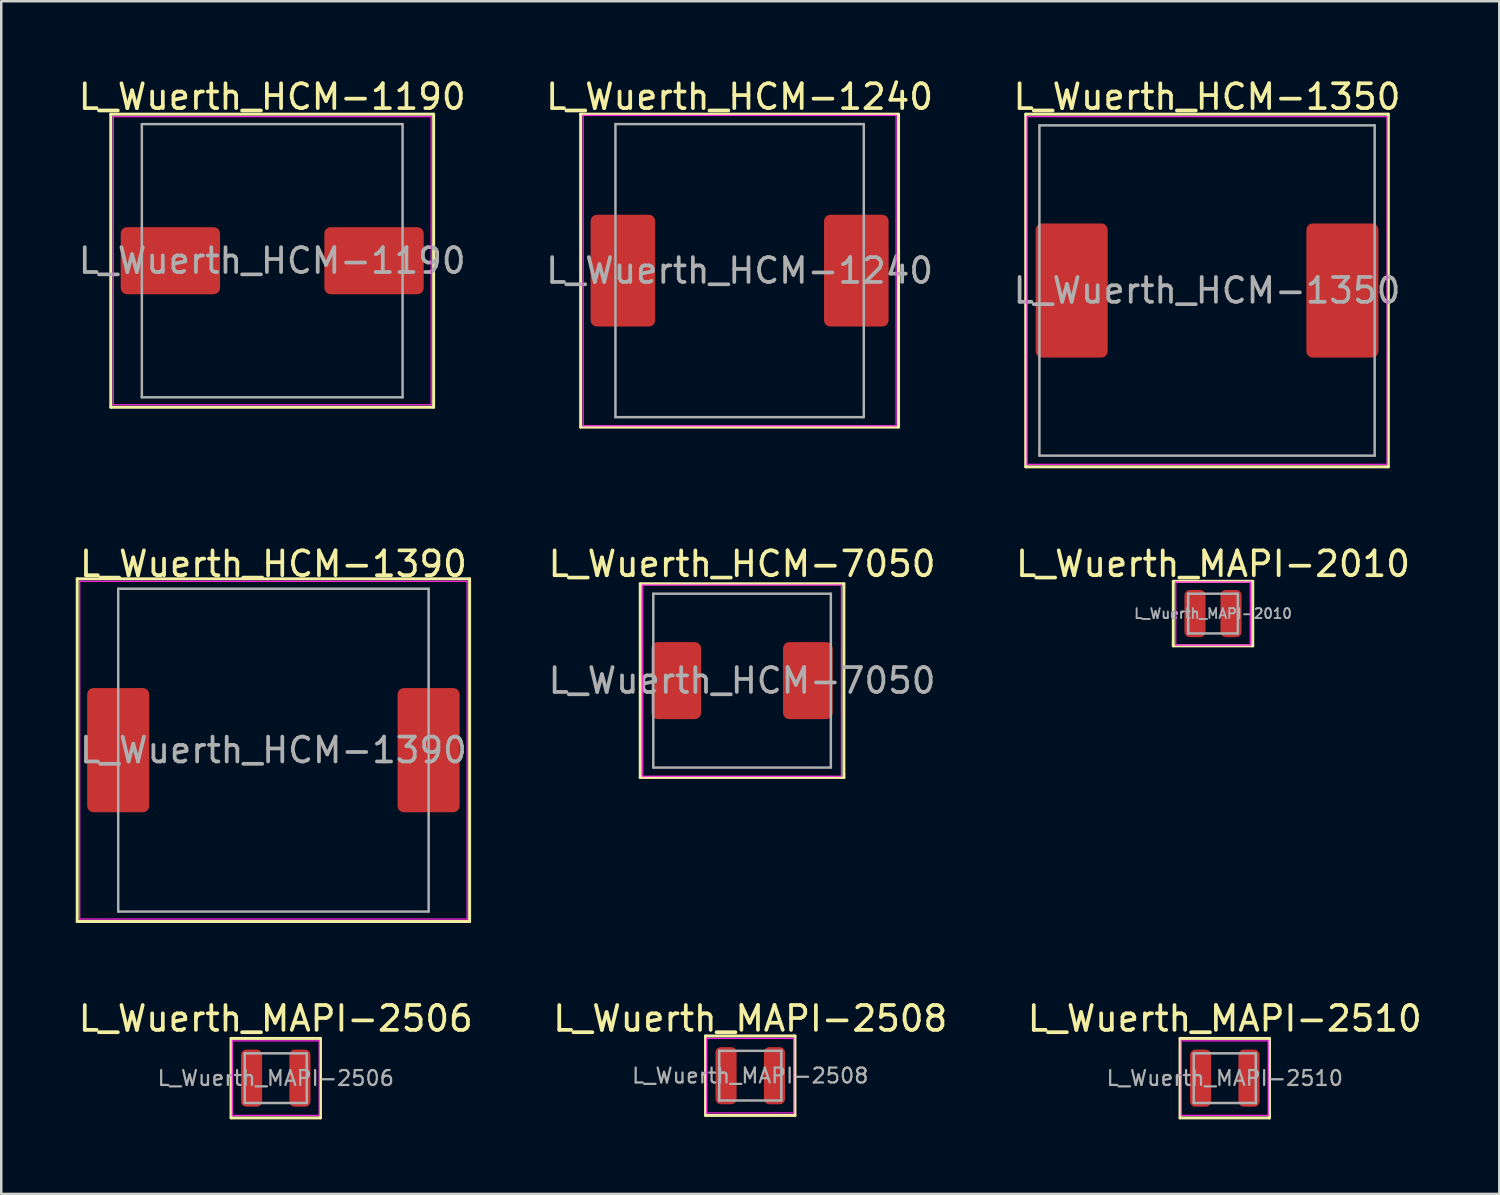
<source format=kicad_pcb>
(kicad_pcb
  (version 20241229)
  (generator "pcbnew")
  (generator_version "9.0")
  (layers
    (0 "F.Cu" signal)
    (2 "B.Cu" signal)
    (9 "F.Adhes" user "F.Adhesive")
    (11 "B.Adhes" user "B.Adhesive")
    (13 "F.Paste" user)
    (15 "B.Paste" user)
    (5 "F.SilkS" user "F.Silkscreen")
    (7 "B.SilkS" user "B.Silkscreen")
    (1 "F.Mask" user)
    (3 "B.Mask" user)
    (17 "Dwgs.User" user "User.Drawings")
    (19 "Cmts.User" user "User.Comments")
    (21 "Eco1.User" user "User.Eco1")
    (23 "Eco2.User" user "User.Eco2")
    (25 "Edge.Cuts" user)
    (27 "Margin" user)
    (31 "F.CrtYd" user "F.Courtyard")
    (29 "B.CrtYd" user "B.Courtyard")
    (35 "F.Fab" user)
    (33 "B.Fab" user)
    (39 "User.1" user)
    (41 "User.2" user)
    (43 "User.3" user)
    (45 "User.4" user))
  (footprint "L_Wuerth_MAPI-2010"
    (layer "F.Cu")
    (at 45.795 21.657)
    (property "Reference" "L_Wuerth_MAPI-2010" (at 0 -2 0) (layer "F.SilkS") (effects (font (size 1 1) (thickness 0.15))))
    (attr smd)
    (fp_line (start -1.6 -1.3) (end -1.6 1.3) (stroke (width 0.12) (type solid)) (layer "F.SilkS"))
    (fp_line (start -1.6 1.3) (end 1.6 1.3) (stroke (width 0.12) (type solid)) (layer "F.SilkS"))
    (fp_line (start 1.6 -1.3) (end -1.6 -1.3) (stroke (width 0.12) (type solid)) (layer "F.SilkS"))
    (fp_line (start 1.6 1.3) (end 1.6 -1.3) (stroke (width 0.12) (type solid)) (layer "F.SilkS"))
    (fp_line (start -1.5 -1.27) (end -1.5 1.27) (stroke (width 0.05) (type solid)) (layer "F.CrtYd"))
    (fp_line (start -1.5 1.27) (end 1.5 1.27) (stroke (width 0.05) (type solid)) (layer "F.CrtYd"))
    (fp_line (start 1.5 -1.27) (end -1.5 -1.27) (stroke (width 0.05) (type solid)) (layer "F.CrtYd"))
    (fp_line (start 1.5 1.27) (end 1.5 -1.27) (stroke (width 0.05) (type solid)) (layer "F.CrtYd"))
    (fp_line (start -1 -0.8) (end -1 0.8) (stroke (width 0.1) (type solid)) (layer "F.Fab"))
    (fp_line (start -1 0.8) (end 1 0.8) (stroke (width 0.1) (type solid)) (layer "F.Fab"))
    (fp_line (start 1 -0.8) (end -1 -0.8) (stroke (width 0.1) (type solid)) (layer "F.Fab"))
    (fp_line (start 1 0.8) (end 1 -0.8) (stroke (width 0.1) (type solid)) (layer "F.Fab"))
    (fp_text user "${REFERENCE}" (at 0 0 0) (layer "F.Fab") (effects (font (size 0.4 0.4) (thickness 0.075))))
    (pad "1" smd roundrect (at -0.725 0) (size 0.85 1.9) (layers "F.Cu" "F.Mask" "F.Paste") (roundrect_rratio 0.25))
    (pad "2" smd roundrect (at 0.725 0) (size 0.85 1.9) (layers "F.Cu" "F.Mask" "F.Paste") (roundrect_rratio 0.25)))
  (footprint "L_Wuerth_HCM-1190"
    (layer "F.Cu")
    (at 7.911 7.448)
    (property "Reference" "L_Wuerth_HCM-1190" (at 0 -6.6 0) (layer "F.SilkS") (effects (font (size 1 1) (thickness 0.15))))
    (attr smd)
    (fp_line (start -6.5 -5.9) (end -6.5 5.9) (stroke (width 0.12) (type solid)) (layer "F.SilkS"))
    (fp_line (start -6.5 5.9) (end 6.5 5.9) (stroke (width 0.12) (type solid)) (layer "F.SilkS"))
    (fp_line (start 6.5 -5.9) (end -6.5 -5.9) (stroke (width 0.12) (type solid)) (layer "F.SilkS"))
    (fp_line (start 6.5 5.9) (end 6.5 -5.9) (stroke (width 0.12) (type solid)) (layer "F.SilkS"))
    (fp_line (start -6.4 -5.8) (end -6.4 5.8) (stroke (width 0.05) (type solid)) (layer "F.CrtYd"))
    (fp_line (start -6.4 5.8) (end 6.4 5.8) (stroke (width 0.05) (type solid)) (layer "F.CrtYd"))
    (fp_line (start 6.4 -5.8) (end -6.4 -5.8) (stroke (width 0.05) (type solid)) (layer "F.CrtYd"))
    (fp_line (start 6.4 5.8) (end 6.4 -5.8) (stroke (width 0.05) (type solid)) (layer "F.CrtYd"))
    (fp_line (start -5.25 -5.5) (end -5.25 5.5) (stroke (width 0.1) (type solid)) (layer "F.Fab"))
    (fp_line (start -5.25 5.5) (end 5.25 5.5) (stroke (width 0.1) (type solid)) (layer "F.Fab"))
    (fp_line (start 5.25 -5.5) (end -5.25 -5.5) (stroke (width 0.1) (type solid)) (layer "F.Fab"))
    (fp_line (start 5.25 5.5) (end 5.25 -5.5) (stroke (width 0.1) (type solid)) (layer "F.Fab"))
    (fp_text user "${REFERENCE}" (at 0 0 0) (layer "F.Fab") (effects (font (size 1 1) (thickness 0.15))))
    (pad "1" smd roundrect (at -4.1 0) (size 4 2.7) (layers "F.Cu" "F.Mask" "F.Paste") (roundrect_rratio 0.093))
    (pad "2" smd roundrect (at 4.1 0) (size 4 2.7) (layers "F.Cu" "F.Mask" "F.Paste") (roundrect_rratio 0.093)))
  (footprint "L_Wuerth_HCM-1350"
    (layer "F.Cu")
    (at 45.554 8.648)
    (property "Reference" "L_Wuerth_HCM-1350" (at 0 -7.8 0) (layer "F.SilkS") (effects (font (size 1 1) (thickness 0.15))))
    (attr smd)
    (fp_line (start -7.3 -7.1) (end -7.3 7.1) (stroke (width 0.12) (type solid)) (layer "F.SilkS"))
    (fp_line (start -7.3 7.1) (end 7.3 7.1) (stroke (width 0.12) (type solid)) (layer "F.SilkS"))
    (fp_line (start 7.3 -7.1) (end -7.3 -7.1) (stroke (width 0.12) (type solid)) (layer "F.SilkS"))
    (fp_line (start 7.3 7.1) (end 7.3 -7.1) (stroke (width 0.12) (type solid)) (layer "F.SilkS"))
    (fp_line (start -7.25 -7) (end -7.25 7) (stroke (width 0.05) (type solid)) (layer "F.CrtYd"))
    (fp_line (start -7.25 7) (end 7.25 7) (stroke (width 0.05) (type solid)) (layer "F.CrtYd"))
    (fp_line (start 7.25 -7) (end -7.25 -7) (stroke (width 0.05) (type solid)) (layer "F.CrtYd"))
    (fp_line (start 7.25 7) (end 7.25 -7) (stroke (width 0.05) (type solid)) (layer "F.CrtYd"))
    (fp_line (start -6.75 -6.65) (end -6.75 6.65) (stroke (width 0.1) (type solid)) (layer "F.Fab"))
    (fp_line (start -6.75 6.65) (end 6.75 6.65) (stroke (width 0.1) (type solid)) (layer "F.Fab"))
    (fp_line (start 6.75 -6.65) (end -6.75 -6.65) (stroke (width 0.1) (type solid)) (layer "F.Fab"))
    (fp_line (start 6.75 6.65) (end 6.75 -6.65) (stroke (width 0.1) (type solid)) (layer "F.Fab"))
    (fp_text user "${REFERENCE}" (at 0 0 0) (layer "F.Fab") (effects (font (size 1 1) (thickness 0.15))))
    (pad "1" smd roundrect (at -5.45 0) (size 2.9 5.4) (layers "F.Cu" "F.Mask" "F.Paste") (roundrect_rratio 0.086))
    (pad "2" smd roundrect (at 5.45 0) (size 2.9 5.4) (layers "F.Cu" "F.Mask" "F.Paste") (roundrect_rratio 0.086)))
  (footprint "L_Wuerth_HCM-1390"
    (layer "F.Cu")
    (at 7.96 27.157)
    (property "Reference" "L_Wuerth_HCM-1390" (at 0 -7.5 0) (layer "F.SilkS") (effects (font (size 1 1) (thickness 0.15))))
    (attr smd)
    (fp_line (start -7.9 -6.9) (end -7.9 6.9) (stroke (width 0.12) (type solid)) (layer "F.SilkS"))
    (fp_line (start -7.9 6.9) (end 7.9 6.9) (stroke (width 0.12) (type solid)) (layer "F.SilkS"))
    (fp_line (start 7.9 -6.9) (end -7.9 -6.9) (stroke (width 0.12) (type solid)) (layer "F.SilkS"))
    (fp_line (start 7.9 6.9) (end 7.9 -6.9) (stroke (width 0.12) (type solid)) (layer "F.SilkS"))
    (fp_line (start -7.8 -6.8) (end -7.8 6.8) (stroke (width 0.05) (type solid)) (layer "F.CrtYd"))
    (fp_line (start -7.8 6.8) (end 7.8 6.8) (stroke (width 0.05) (type solid)) (layer "F.CrtYd"))
    (fp_line (start 7.8 -6.8) (end -7.8 -6.8) (stroke (width 0.05) (type solid)) (layer "F.CrtYd"))
    (fp_line (start 7.8 6.8) (end 7.8 -6.8) (stroke (width 0.05) (type solid)) (layer "F.CrtYd"))
    (fp_line (start -6.25 -6.5) (end -6.25 6.5) (stroke (width 0.1) (type solid)) (layer "F.Fab"))
    (fp_line (start -6.25 6.5) (end 6.25 6.5) (stroke (width 0.1) (type solid)) (layer "F.Fab"))
    (fp_line (start 6.25 -6.5) (end -6.25 -6.5) (stroke (width 0.1) (type solid)) (layer "F.Fab"))
    (fp_line (start 6.25 6.5) (end 6.25 -6.5) (stroke (width 0.1) (type solid)) (layer "F.Fab"))
    (fp_text user "${REFERENCE}" (at 0 0 0) (layer "F.Fab") (effects (font (size 1 1) (thickness 0.15))))
    (pad "1" smd roundrect (at -6.25 0) (size 2.5 5) (layers "F.Cu" "F.Mask" "F.Paste") (roundrect_rratio 0.1))
    (pad "2" smd roundrect (at 6.25 0) (size 2.5 5) (layers "F.Cu" "F.Mask" "F.Paste") (roundrect_rratio 0.1)))
  (footprint "L_Wuerth_HCM-7050"
    (layer "F.Cu")
    (at 26.831 24.357)
    (property "Reference" "L_Wuerth_HCM-7050" (at 0 -4.7 0) (layer "F.SilkS") (effects (font (size 1 1) (thickness 0.15))))
    (attr smd)
    (fp_line (start -4.1 -3.9) (end -4.1 3.9) (stroke (width 0.12) (type solid)) (layer "F.SilkS"))
    (fp_line (start -4.1 3.9) (end 4.1 3.9) (stroke (width 0.12) (type solid)) (layer "F.SilkS"))
    (fp_line (start 4.1 -3.9) (end -4.1 -3.9) (stroke (width 0.12) (type solid)) (layer "F.SilkS"))
    (fp_line (start 4.1 3.9) (end 4.1 -3.9) (stroke (width 0.12) (type solid)) (layer "F.SilkS"))
    (fp_line (start -4 -3.85) (end -4 3.85) (stroke (width 0.05) (type solid)) (layer "F.CrtYd"))
    (fp_line (start -4 3.85) (end 4 3.85) (stroke (width 0.05) (type solid)) (layer "F.CrtYd"))
    (fp_line (start 4 -3.85) (end -4 -3.85) (stroke (width 0.05) (type solid)) (layer "F.CrtYd"))
    (fp_line (start 4 3.85) (end 4 -3.85) (stroke (width 0.05) (type solid)) (layer "F.CrtYd"))
    (fp_line (start -3.575 -3.5) (end -3.575 3.5) (stroke (width 0.1) (type solid)) (layer "F.Fab"))
    (fp_line (start -3.575 3.5) (end 3.575 3.5) (stroke (width 0.1) (type solid)) (layer "F.Fab"))
    (fp_line (start 3.575 -3.5) (end -3.575 -3.5) (stroke (width 0.1) (type solid)) (layer "F.Fab"))
    (fp_line (start 3.575 3.5) (end 3.575 -3.5) (stroke (width 0.1) (type solid)) (layer "F.Fab"))
    (fp_text user "${REFERENCE}" (at 0 0 0) (layer "F.Fab") (effects (font (size 1 1) (thickness 0.15))))
    (pad "1" smd roundrect (at -2.65 0) (size 2 3.1) (layers "F.Cu" "F.Mask" "F.Paste") (roundrect_rratio 0.125))
    (pad "2" smd roundrect (at 2.65 0) (size 2 3.1) (layers "F.Cu" "F.Mask" "F.Paste") (roundrect_rratio 0.125)))
  (footprint "L_Wuerth_MAPI-2506"
    (layer "F.Cu")
    (at 8.054 40.365)
    (property "Reference" "L_Wuerth_MAPI-2506" (at 0 -2.4 0) (layer "F.SilkS") (effects (font (size 1 1) (thickness 0.15))))
    (attr smd)
    (fp_line (start -1.8 -1.6) (end -1.8 1.6) (stroke (width 0.12) (type solid)) (layer "F.SilkS"))
    (fp_line (start -1.8 1.6) (end 1.8 1.6) (stroke (width 0.12) (type solid)) (layer "F.SilkS"))
    (fp_line (start 1.8 -1.6) (end -1.8 -1.6) (stroke (width 0.12) (type solid)) (layer "F.SilkS"))
    (fp_line (start 1.8 1.6) (end 1.8 -1.6) (stroke (width 0.12) (type solid)) (layer "F.SilkS"))
    (fp_line (start -1.75 -1.5) (end -1.75 1.5) (stroke (width 0.05) (type solid)) (layer "F.CrtYd"))
    (fp_line (start -1.75 1.5) (end 1.75 1.5) (stroke (width 0.05) (type solid)) (layer "F.CrtYd"))
    (fp_line (start 1.75 -1.5) (end -1.75 -1.5) (stroke (width 0.05) (type solid)) (layer "F.CrtYd"))
    (fp_line (start 1.75 1.5) (end 1.75 -1.5) (stroke (width 0.05) (type solid)) (layer "F.CrtYd"))
    (fp_line (start -1.25 -1) (end -1.25 1) (stroke (width 0.1) (type solid)) (layer "F.Fab"))
    (fp_line (start -1.25 1) (end 1.25 1) (stroke (width 0.1) (type solid)) (layer "F.Fab"))
    (fp_line (start 1.25 -1) (end -1.25 -1) (stroke (width 0.1) (type solid)) (layer "F.Fab"))
    (fp_line (start 1.25 1) (end 1.25 -1) (stroke (width 0.1) (type solid)) (layer "F.Fab"))
    (fp_text user "${REFERENCE}" (at 0 0 0) (layer "F.Fab") (effects (font (size 0.6 0.6) (thickness 0.09))))
    (pad "1" smd roundrect (at -0.975 0) (size 0.85 2.3) (layers "F.Cu" "F.Mask" "F.Paste") (roundrect_rratio 0.25))
    (pad "2" smd roundrect (at 0.975 0) (size 0.85 2.3) (layers "F.Cu" "F.Mask" "F.Paste") (roundrect_rratio 0.25)))
  (footprint "L_Wuerth_MAPI-2510"
    (layer "F.Cu")
    (at 46.268 40.365)
    (property "Reference" "L_Wuerth_MAPI-2510" (at 0 -2.4 0) (layer "F.SilkS") (effects (font (size 1 1) (thickness 0.15))))
    (attr smd)
    (fp_line (start -1.8 -1.6) (end -1.8 1.6) (stroke (width 0.12) (type solid)) (layer "F.SilkS"))
    (fp_line (start -1.8 1.6) (end 1.8 1.6) (stroke (width 0.12) (type solid)) (layer "F.SilkS"))
    (fp_line (start 1.8 -1.6) (end -1.8 -1.6) (stroke (width 0.12) (type solid)) (layer "F.SilkS"))
    (fp_line (start 1.8 1.6) (end 1.8 -1.6) (stroke (width 0.12) (type solid)) (layer "F.SilkS"))
    (fp_line (start -1.75 -1.5) (end -1.75 1.5) (stroke (width 0.05) (type solid)) (layer "F.CrtYd"))
    (fp_line (start -1.75 1.5) (end 1.75 1.5) (stroke (width 0.05) (type solid)) (layer "F.CrtYd"))
    (fp_line (start 1.75 -1.5) (end -1.75 -1.5) (stroke (width 0.05) (type solid)) (layer "F.CrtYd"))
    (fp_line (start 1.75 1.5) (end 1.75 -1.5) (stroke (width 0.05) (type solid)) (layer "F.CrtYd"))
    (fp_line (start -1.25 -1) (end -1.25 1) (stroke (width 0.1) (type solid)) (layer "F.Fab"))
    (fp_line (start -1.25 1) (end 1.25 1) (stroke (width 0.1) (type solid)) (layer "F.Fab"))
    (fp_line (start 1.25 -1) (end -1.25 -1) (stroke (width 0.1) (type solid)) (layer "F.Fab"))
    (fp_line (start 1.25 1) (end 1.25 -1) (stroke (width 0.1) (type solid)) (layer "F.Fab"))
    (fp_text user "${REFERENCE}" (at 0 0 0) (layer "F.Fab") (effects (font (size 0.6 0.6) (thickness 0.09))))
    (pad "1" smd roundrect (at -0.975 0) (size 0.85 2.3) (layers "F.Cu" "F.Mask" "F.Paste") (roundrect_rratio 0.25))
    (pad "2" smd roundrect (at 0.975 0) (size 0.85 2.3) (layers "F.Cu" "F.Mask" "F.Paste") (roundrect_rratio 0.25)))
  (footprint "L_Wuerth_MAPI-2508"
    (layer "F.Cu")
    (at 27.161 40.265)
    (property "Reference" "L_Wuerth_MAPI-2508" (at 0 -2.3 0) (layer "F.SilkS") (effects (font (size 1 1) (thickness 0.15))))
    (attr smd)
    (fp_line (start -1.8 -1.6) (end -1.8 1.6) (stroke (width 0.12) (type solid)) (layer "F.SilkS"))
    (fp_line (start -1.8 1.6) (end 1.8 1.6) (stroke (width 0.12) (type solid)) (layer "F.SilkS"))
    (fp_line (start 1.8 -1.6) (end -1.8 -1.6) (stroke (width 0.12) (type solid)) (layer "F.SilkS"))
    (fp_line (start 1.8 1.6) (end 1.8 -1.6) (stroke (width 0.12) (type solid)) (layer "F.SilkS"))
    (fp_line (start -1.75 -1.5) (end -1.75 1.5) (stroke (width 0.05) (type solid)) (layer "F.CrtYd"))
    (fp_line (start -1.75 1.5) (end 1.75 1.5) (stroke (width 0.05) (type solid)) (layer "F.CrtYd"))
    (fp_line (start 1.75 -1.5) (end -1.75 -1.5) (stroke (width 0.05) (type solid)) (layer "F.CrtYd"))
    (fp_line (start 1.75 1.5) (end 1.75 -1.5) (stroke (width 0.05) (type solid)) (layer "F.CrtYd"))
    (fp_line (start -1.25 -1) (end -1.25 1) (stroke (width 0.1) (type solid)) (layer "F.Fab"))
    (fp_line (start -1.25 1) (end 1.25 1) (stroke (width 0.1) (type solid)) (layer "F.Fab"))
    (fp_line (start 1.25 -1) (end -1.25 -1) (stroke (width 0.1) (type solid)) (layer "F.Fab"))
    (fp_line (start 1.25 1) (end 1.25 -1) (stroke (width 0.1) (type solid)) (layer "F.Fab"))
    (fp_text user "${REFERENCE}" (at 0 0 0) (layer "F.Fab") (effects (font (size 0.6 0.6) (thickness 0.09))))
    (pad "1" smd roundrect (at -0.975 0) (size 0.85 2.3) (layers "F.Cu" "F.Mask" "F.Paste") (roundrect_rratio 0.25))
    (pad "2" smd roundrect (at 0.975 0) (size 0.85 2.3) (layers "F.Cu" "F.Mask" "F.Paste") (roundrect_rratio 0.25)))
  (footprint "L_Wuerth_HCM-1240"
    (layer "F.Cu")
    (at 26.732 7.848)
    (property "Reference" "L_Wuerth_HCM-1240" (at 0 -7 0) (layer "F.SilkS") (effects (font (size 1 1) (thickness 0.15))))
    (attr smd)
    (fp_line (start -6.4 -6.3) (end -6.4 6.3) (stroke (width 0.12) (type solid)) (layer "F.SilkS"))
    (fp_line (start -6.4 6.3) (end 6.4 6.3) (stroke (width 0.12) (type solid)) (layer "F.SilkS"))
    (fp_line (start 6.4 -6.3) (end -6.4 -6.3) (stroke (width 0.12) (type solid)) (layer "F.SilkS"))
    (fp_line (start 6.4 6.3) (end 6.4 -6.3) (stroke (width 0.12) (type solid)) (layer "F.SilkS"))
    (fp_line (start -6.3 -6.25) (end -6.3 6.25) (stroke (width 0.05) (type solid)) (layer "F.CrtYd"))
    (fp_line (start -6.3 6.25) (end 6.3 6.25) (stroke (width 0.05) (type solid)) (layer "F.CrtYd"))
    (fp_line (start 6.3 -6.25) (end -6.3 -6.25) (stroke (width 0.05) (type solid)) (layer "F.CrtYd"))
    (fp_line (start 6.3 6.25) (end 6.3 -6.25) (stroke (width 0.05) (type solid)) (layer "F.CrtYd"))
    (fp_line (start -5 -5.9) (end -5 5.9) (stroke (width 0.1) (type solid)) (layer "F.Fab"))
    (fp_line (start -5 5.9) (end 5 5.9) (stroke (width 0.1) (type solid)) (layer "F.Fab"))
    (fp_line (start 5 -5.9) (end -5 -5.9) (stroke (width 0.1) (type solid)) (layer "F.Fab"))
    (fp_line (start 5 5.9) (end 5 -5.9) (stroke (width 0.1) (type solid)) (layer "F.Fab"))
    (fp_text user "${REFERENCE}" (at 0 0 0) (layer "F.Fab") (effects (font (size 1 1) (thickness 0.15))))
    (pad "1" smd roundrect (at -4.7 0) (size 2.6 4.5) (layers "F.Cu" "F.Mask" "F.Paste") (roundrect_rratio 0.096))
    (pad "2" smd roundrect (at 4.7 0) (size 2.6 4.5) (layers "F.Cu" "F.Mask" "F.Paste") (roundrect_rratio 0.096)))
  (gr_rect
    (start -3 -3)
    (end 57.321 45.025)
    (stroke (width 0.1) (type default))
    (fill no)
    (layer "Edge.Cuts")))
</source>
